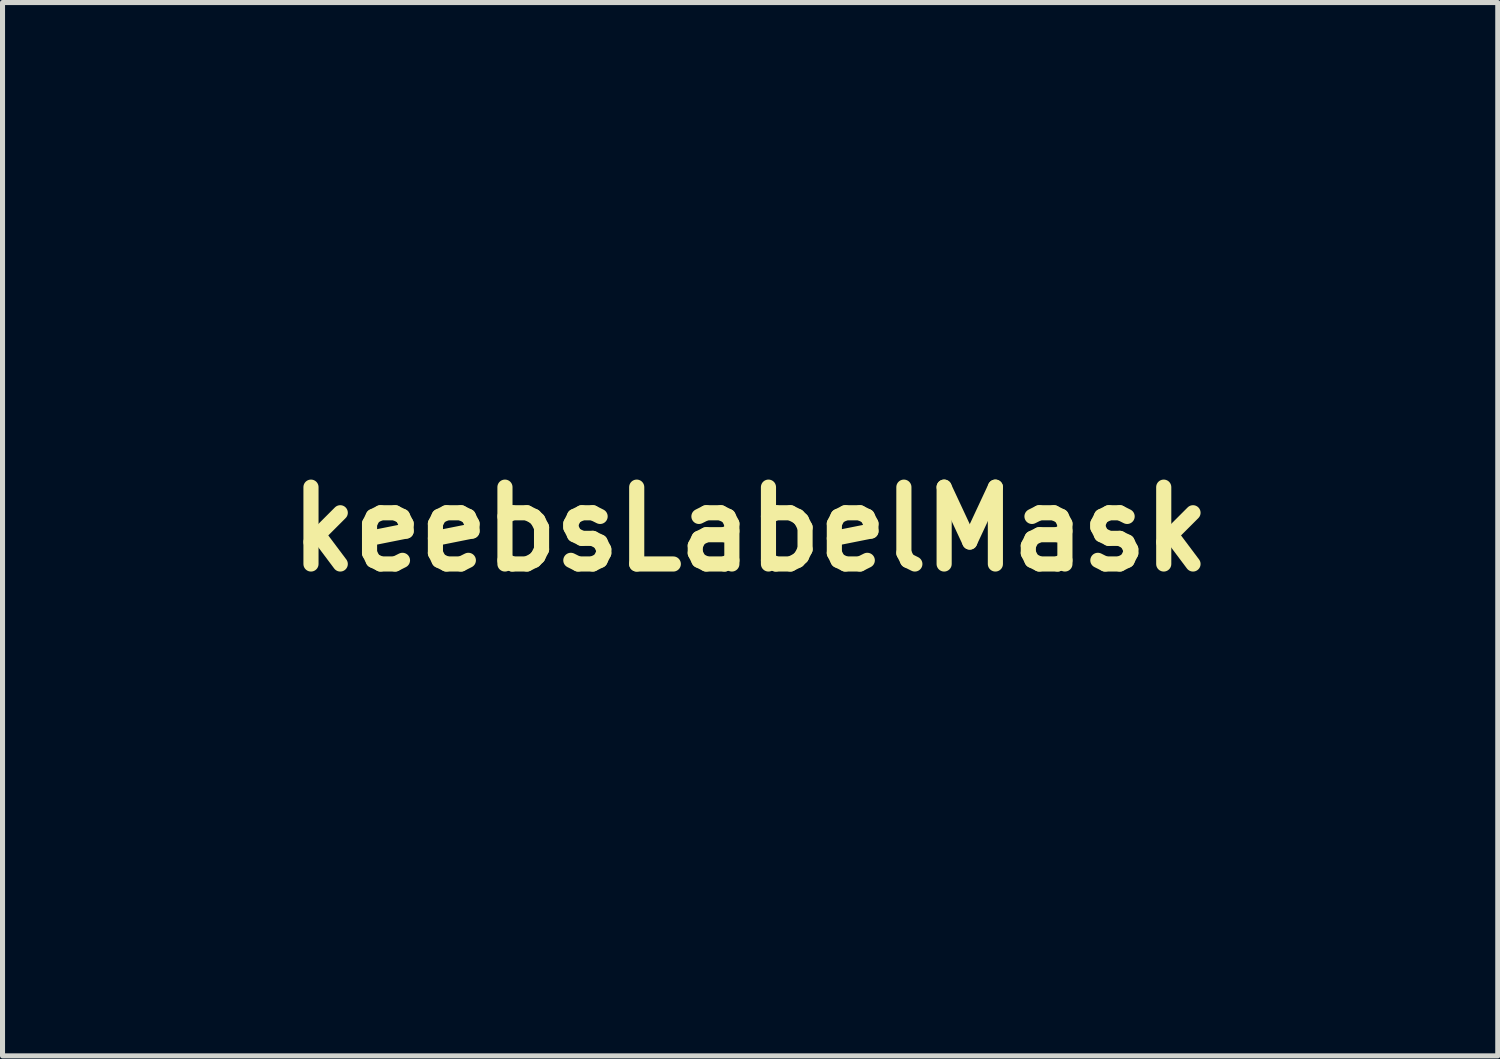
<source format=kicad_pcb>
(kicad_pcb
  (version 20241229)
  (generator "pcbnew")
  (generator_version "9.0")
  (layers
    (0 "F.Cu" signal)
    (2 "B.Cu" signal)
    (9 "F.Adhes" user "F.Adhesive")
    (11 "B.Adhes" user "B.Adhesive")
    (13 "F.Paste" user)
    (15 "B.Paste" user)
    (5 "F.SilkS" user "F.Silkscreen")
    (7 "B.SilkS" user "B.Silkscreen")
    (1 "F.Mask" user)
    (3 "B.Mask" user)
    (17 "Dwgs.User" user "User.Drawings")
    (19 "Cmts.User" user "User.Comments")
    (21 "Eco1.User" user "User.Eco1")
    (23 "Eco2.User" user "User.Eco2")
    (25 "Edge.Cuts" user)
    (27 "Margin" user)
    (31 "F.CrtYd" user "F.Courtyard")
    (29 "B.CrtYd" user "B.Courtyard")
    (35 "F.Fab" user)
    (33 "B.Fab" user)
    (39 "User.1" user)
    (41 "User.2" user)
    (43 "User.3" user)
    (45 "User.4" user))
  (footprint "keebsLabelMask"
    (layer "F.Cu")
    (at 11.825 7.444)
    (property "Reference" "keebsLabelMask" (at 0 0 0) (layer "F.SilkS") (effects (font (size 1.524 1.524) (thickness 0.3))))
    (attr through_hole)
    (fp_poly (pts (xy 0.275 -7.439) (xy 0.461 -7.439) (xy 0.647 -7.439) (xy 0.832 -7.439) (xy 1.017 -7.439) (xy 1.202 -7.439) (xy 1.386 -7.439) (xy 1.57 -7.439) (xy 1.753 -7.439) (xy 1.935 -7.439) (xy 2.117 -7.439) (xy 2.298 -7.439) (xy 2.478 -7.439) (xy 2.657 -7.439) (xy 2.835 -7.439) (xy 3.012 -7.439) (xy 3.187 -7.439) (xy 3.362 -7.439) (xy 3.535 -7.439) (xy 3.707 -7.439) (xy 3.878 -7.439) (xy 4.047 -7.439) (xy 4.214 -7.439) (xy 4.38 -7.439) (xy 4.544 -7.439) (xy 4.706 -7.439) (xy 4.866 -7.439) (xy 5.025 -7.439) (xy 5.181 -7.439) (xy 5.336 -7.439) (xy 5.488 -7.439) (xy 5.638 -7.438) (xy 5.786 -7.438) (xy 5.931 -7.438) (xy 6.074 -7.438) (xy 6.215 -7.438) (xy 6.353 -7.438) (xy 6.488 -7.438) (xy 6.621 -7.438) (xy 6.751 -7.438) (xy 6.878 -7.438) (xy 7.002 -7.438) (xy 7.123 -7.438) (xy 7.241 -7.438) (xy 7.357 -7.438) (xy 7.468 -7.438) (xy 7.577 -7.438) (xy 7.682 -7.438) (xy 7.784 -7.438) (xy 7.882 -7.438) (xy 7.977 -7.438) (xy 8.069 -7.438) (xy 8.156 -7.438) (xy 8.24 -7.438) (xy 8.32 -7.437) (xy 8.396 -7.437) (xy 8.468 -7.437) (xy 8.537 -7.437) (xy 8.601 -7.437) (xy 8.66 -7.437) (xy 8.716 -7.437) (xy 8.767 -7.437) (xy 8.814 -7.437) (xy 8.857 -7.437) (xy 8.895 -7.437) (xy 8.928 -7.437) (xy 8.957 -7.437) (xy 8.981 -7.437) (xy 9 -7.437) (xy 9.015 -7.436) (xy 9.024 -7.436) (xy 9.029 -7.436) (xy 9.029 -7.436) (xy 9.152 -7.429) (xy 9.273 -7.416) (xy 9.392 -7.399) (xy 9.51 -7.377) (xy 9.627 -7.35) (xy 9.742 -7.318) (xy 9.857 -7.282) (xy 9.923 -7.258) (xy 10.035 -7.214) (xy 10.144 -7.166) (xy 10.251 -7.113) (xy 10.356 -7.056) (xy 10.458 -6.995) (xy 10.557 -6.93) (xy 10.653 -6.861) (xy 10.746 -6.788) (xy 10.836 -6.712) (xy 10.923 -6.632) (xy 11.006 -6.549) (xy 11.086 -6.462) (xy 11.163 -6.373) (xy 11.236 -6.28) (xy 11.305 -6.184) (xy 11.37 -6.086) (xy 11.431 -5.985) (xy 11.488 -5.881) (xy 11.541 -5.774) (xy 11.59 -5.666) (xy 11.634 -5.555) (xy 11.674 -5.441) (xy 11.705 -5.342) (xy 11.731 -5.245) (xy 11.754 -5.148) (xy 11.773 -5.05) (xy 11.789 -4.95) (xy 11.802 -4.847) (xy 11.812 -4.742) (xy 11.814 -4.715) (xy 11.814 -4.712) (xy 11.815 -4.709) (xy 11.815 -4.706) (xy 11.815 -4.702) (xy 11.815 -4.698) (xy 11.815 -4.693) (xy 11.815 -4.688) (xy 11.816 -4.682) (xy 11.816 -4.675) (xy 11.816 -4.668) (xy 11.816 -4.659) (xy 11.816 -4.65) (xy 11.816 -4.639) (xy 11.816 -4.628) (xy 11.816 -4.615) (xy 11.817 -4.601) (xy 11.817 -4.586) (xy 11.817 -4.569) (xy 11.817 -4.551) (xy 11.817 -4.532) (xy 11.817 -4.511) (xy 11.817 -4.488) (xy 11.817 -4.463) (xy 11.817 -4.437) (xy 11.817 -4.409) (xy 11.817 -4.379) (xy 11.818 -4.347) (xy 11.818 -4.312) (xy 11.818 -4.276) (xy 11.818 -4.238) (xy 11.818 -4.197) (xy 11.818 -4.154) (xy 11.818 -4.108) (xy 11.818 -4.06) (xy 11.818 -4.01) (xy 11.818 -3.956) (xy 11.818 -3.901) (xy 11.818 -3.842) (xy 11.818 -3.78) (xy 11.818 -3.716) (xy 11.818 -3.649) (xy 11.818 -3.578) (xy 11.818 -3.505) (xy 11.818 -3.428) (xy 11.818 -3.348) (xy 11.818 -3.265) (xy 11.818 -3.179) (xy 11.819 -3.089) (xy 11.819 -2.995) (xy 11.819 -2.898) (xy 11.819 -2.797) (xy 11.819 -2.693) (xy 11.819 -2.584) (xy 11.819 -2.472) (xy 11.819 -2.356) (xy 11.819 -2.236) (xy 11.819 -2.112) (xy 11.819 -1.983) (xy 11.819 -1.851) (xy 11.819 -1.714) (xy 11.819 -1.573) (xy 11.819 -1.427) (xy 11.819 -1.277) (xy 11.819 -1.122) (xy 11.819 -0.963) (xy 11.819 -0.799) (xy 11.819 -0.63) (xy 11.819 -0.456) (xy 11.819 -0.278) (xy 11.819 -0.094) (xy 11.819 0) (xy 11.819 0.186) (xy 11.819 0.367) (xy 11.819 0.543) (xy 11.819 0.714) (xy 11.819 0.881) (xy 11.819 1.042) (xy 11.819 1.199) (xy 11.819 1.352) (xy 11.819 1.5) (xy 11.819 1.643) (xy 11.819 1.782) (xy 11.819 1.917) (xy 11.819 2.047) (xy 11.819 2.174) (xy 11.819 2.296) (xy 11.819 2.414) (xy 11.819 2.528) (xy 11.819 2.638) (xy 11.819 2.745) (xy 11.819 2.848) (xy 11.819 2.947) (xy 11.819 3.042) (xy 11.819 3.134) (xy 11.818 3.222) (xy 11.818 3.307) (xy 11.818 3.389) (xy 11.818 3.467) (xy 11.818 3.542) (xy 11.818 3.614) (xy 11.818 3.683) (xy 11.818 3.748) (xy 11.818 3.811) (xy 11.818 3.871) (xy 11.818 3.929) (xy 11.818 3.983) (xy 11.818 4.035) (xy 11.818 4.084) (xy 11.818 4.131) (xy 11.818 4.175) (xy 11.818 4.217) (xy 11.818 4.257) (xy 11.818 4.294) (xy 11.818 4.33) (xy 11.818 4.363) (xy 11.817 4.394) (xy 11.817 4.423) (xy 11.817 4.45) (xy 11.817 4.476) (xy 11.817 4.499) (xy 11.817 4.521) (xy 11.817 4.542) (xy 11.817 4.56) (xy 11.817 4.578) (xy 11.817 4.594) (xy 11.816 4.608) (xy 11.816 4.622) (xy 11.816 4.634) (xy 11.816 4.645) (xy 11.816 4.655) (xy 11.816 4.663) (xy 11.816 4.671) (xy 11.816 4.679) (xy 11.815 4.685) (xy 11.815 4.691) (xy 11.815 4.696) (xy 11.815 4.7) (xy 11.815 4.704) (xy 11.815 4.707) (xy 11.814 4.71) (xy 11.814 4.713) (xy 11.814 4.715) (xy 11.807 4.804) (xy 11.797 4.89) (xy 11.786 4.972) (xy 11.773 5.054) (xy 11.757 5.134) (xy 11.738 5.215) (xy 11.734 5.234) (xy 11.704 5.343) (xy 11.672 5.45) (xy 11.635 5.554) (xy 11.594 5.656) (xy 11.549 5.758) (xy 11.506 5.845) (xy 11.484 5.888) (xy 11.464 5.927) (xy 11.443 5.964) (xy 11.423 5.999) (xy 11.402 6.035) (xy 11.379 6.071) (xy 11.355 6.109) (xy 11.334 6.141) (xy 11.265 6.24) (xy 11.192 6.336) (xy 11.116 6.429) (xy 11.036 6.518) (xy 10.952 6.604) (xy 10.866 6.685) (xy 10.776 6.764) (xy 10.683 6.838) (xy 10.588 6.908) (xy 10.49 6.974) (xy 10.389 7.037) (xy 10.285 7.095) (xy 10.18 7.149) (xy 10.072 7.198) (xy 9.961 7.244) (xy 9.849 7.284) (xy 9.735 7.32) (xy 9.62 7.352) (xy 9.502 7.378) (xy 9.384 7.4) (xy 9.381 7.401) (xy 9.336 7.408) (xy 9.291 7.414) (xy 9.244 7.42) (xy 9.195 7.425) (xy 9.143 7.43) (xy 9.101 7.433) (xy 9.099 7.433) (xy 9.097 7.433) (xy 9.095 7.433) (xy 9.092 7.434) (xy 9.088 7.434) (xy 9.084 7.434) (xy 9.08 7.434) (xy 9.075 7.434) (xy 9.069 7.434) (xy 9.062 7.434) (xy 9.055 7.434) (xy 9.047 7.434) (xy 9.038 7.435) (xy 9.028 7.435) (xy 9.017 7.435) (xy 9.004 7.435) (xy 8.991 7.435) (xy 8.977 7.435) (xy 8.962 7.435) (xy 8.945 7.435) (xy 8.927 7.435) (xy 8.908 7.435) (xy 8.887 7.435) (xy 8.865 7.435) (xy 8.842 7.436) (xy 8.817 7.436) (xy 8.79 7.436) (xy 8.762 7.436) (xy 8.732 7.436) (xy 8.701 7.436) (xy 8.667 7.436) (xy 8.632 7.436) (xy 8.595 7.436) (xy 8.556 7.436) (xy 8.515 7.436) (xy 8.472 7.436) (xy 8.427 7.436) (xy 8.38 7.436) (xy 8.331 7.436) (xy 8.279 7.436) (xy 8.225 7.437) (xy 8.169 7.437) (xy 8.111 7.437) (xy 8.05 7.437) (xy 7.987 7.437) (xy 7.921 7.437) (xy 7.853 7.437) (xy 7.782 7.437) (xy 7.708 7.437) (xy 7.632 7.437) (xy 7.553 7.437) (xy 7.471 7.437) (xy 7.386 7.437) (xy 7.299 7.437) (xy 7.208 7.437) (xy 7.115 7.437) (xy 7.018 7.437) (xy 6.918 7.437) (xy 6.815 7.437) (xy 6.709 7.437) (xy 6.6 7.437) (xy 6.488 7.437) (xy 6.372 7.437) (xy 6.252 7.437) (xy 6.13 7.437) (xy 6.003 7.437) (xy 5.874 7.437) (xy 5.74 7.437) (xy 5.603 7.437) (xy 5.462 7.437) (xy 5.318 7.437) (xy 5.17 7.437) (xy 5.018 7.437) (xy 4.862 7.437) (xy 4.702 7.437) (xy 4.538 7.437) (xy 4.37 7.438) (xy 4.198 7.438) (xy 4.022 7.438) (xy 3.842 7.438) (xy 3.657 7.438) (xy 3.468 7.438) (xy 3.275 7.438) (xy 3.078 7.438) (xy 2.876 7.438) (xy 2.669 7.438) (xy 2.458 7.438) (xy 2.243 7.438) (xy 2.023 7.438) (xy 1.798 7.438) (xy 1.568 7.438) (xy 1.334 7.438) (xy 1.095 7.438) (xy 0.851 7.438) (xy 0.602 7.438) (xy 0.348 7.438) (xy 0.089 7.438) (xy 0.027 7.438) (xy -0.188 7.438) (xy -0.401 7.438) (xy -0.613 7.438) (xy -0.824 7.438) (xy -1.033 7.438) (xy -1.241 7.438) (xy -1.448 7.438) (xy -1.653 7.438) (xy -1.856 7.438) (xy -2.058 7.438) (xy -2.258 7.438) (xy -2.653 7.438) (xy -2.847 7.438) (xy -3.04 7.438) (xy -3.231 7.438) (xy -3.42 7.438) (xy -3.606 7.438) (xy -3.791 7.438) (xy -3.973 7.438) (xy -4.153 7.438) (xy -4.331 7.438) (xy -4.506 7.438) (xy -4.679 7.438) (xy -4.85 7.438) (xy -5.018 7.438) (xy -5.183 7.438) (xy -5.345 7.438) (xy -5.505 7.438) (xy -5.662 7.438) (xy -5.817 7.438) (xy -5.968 7.438) (xy -6.117 7.438) (xy -6.262 7.438) (xy -6.404 7.438) (xy -6.544 7.438) (xy -6.68 7.438) (xy -6.812 7.438) (xy -6.942 7.438) (xy -7.068 7.438) (xy -7.191 7.438) (xy -7.31 7.438) (xy -7.426 7.438) (xy -7.538 7.438) (xy -7.647 7.438) (xy -7.752 7.437) (xy -7.853 7.437) (xy -7.95 7.437) (xy -8.044 7.437) (xy -8.133 7.437) (xy -8.219 7.437) (xy -8.3 7.437) (xy -8.378 7.437) (xy -8.451 7.437) (xy -8.52 7.437) (xy -8.585 7.437) (xy -8.645 7.437) (xy -8.702 7.437) (xy -8.753 7.437) (xy -8.8 7.437) (xy -8.843 7.437) (xy -8.881 7.437) (xy -8.914 7.437) (xy -8.943 7.437) (xy -8.967 7.437) (xy -8.986 7.437) (xy -9 7.437) (xy -9.009 7.437) (xy -9.013 7.437) (xy -9.014 7.437) (xy -9.128 7.431) (xy -9.244 7.42) (xy -9.359 7.404) (xy -9.475 7.384) (xy -9.589 7.359) (xy -9.702 7.329) (xy -9.8 7.3) (xy -9.912 7.262) (xy -10.023 7.219) (xy -10.132 7.171) (xy -10.24 7.119) (xy -10.345 7.062) (xy -10.448 7.001) (xy -10.548 6.935) (xy -10.646 6.866) (xy -10.697 6.827) (xy -10.775 6.764) (xy -10.853 6.697) (xy -10.928 6.626) (xy -11.002 6.554) (xy -11.071 6.479) (xy -11.132 6.41) (xy -11.209 6.316) (xy -11.281 6.218) (xy -11.349 6.118) (xy -11.413 6.016) (xy -11.472 5.912) (xy -11.527 5.805) (xy -11.577 5.696) (xy -11.623 5.585) (xy -11.664 5.473) (xy -11.7 5.358) (xy -11.732 5.242) (xy -11.758 5.124) (xy -11.781 5.005) (xy -11.798 4.885) (xy -11.81 4.763) (xy -11.817 4.648) (xy -11.817 4.643) (xy -11.818 4.633) (xy -11.818 4.618) (xy -11.818 4.599) (xy -11.818 4.574) (xy -11.818 4.545) (xy -11.818 4.512) (xy -11.818 4.474) (xy -11.818 4.432) (xy -11.818 4.386) (xy -11.818 4.336) (xy -11.818 4.281) (xy -11.819 4.223) (xy -11.819 4.161) (xy -11.819 4.096) (xy -11.819 4.026) (xy -11.819 3.953) (xy -11.819 3.877) (xy -11.819 3.798) (xy -11.819 3.715) (xy -11.819 3.629) (xy -11.819 3.54) (xy -11.819 3.448) (xy -11.819 3.354) (xy -11.819 3.256) (xy -11.819 3.156) (xy -11.819 3.054) (xy -11.82 2.949) (xy -11.82 2.842) (xy -11.82 2.732) (xy -11.82 2.62) (xy -11.82 2.507) (xy -11.82 2.391) (xy -11.82 2.274) (xy -11.82 2.155) (xy -11.82 2.034) (xy -11.82 1.912) (xy -11.82 1.788) (xy -11.82 1.663) (xy -11.82 1.536) (xy -11.82 1.409) (xy -11.82 1.28) (xy -11.82 1.151) (xy -11.82 1.02) (xy -11.82 0.889) (xy -11.82 0.757) (xy -11.82 0.625) (xy -11.82 0.492) (xy -11.82 0.359) (xy -11.82 0.226) (xy -11.82 0.092) (xy -11.82 -0.042) (xy -11.82 -0.175) (xy -11.82 -0.309) (xy -11.82 -0.442) (xy -11.82 -0.575) (xy -11.82 -0.708) (xy -11.82 -0.84) (xy -11.82 -0.971) (xy -11.82 -1.102) (xy -11.82 -1.232) (xy -11.82 -1.361) (xy -11.82 -1.488) (xy -11.82 -1.615) (xy -11.82 -1.741) (xy -11.82 -1.865) (xy -11.82 -1.988) (xy -11.82 -2.109) (xy -11.82 -2.229) (xy -11.82 -2.347) (xy -11.82 -2.464) (xy -11.82 -2.578) (xy -11.82 -2.69) (xy -11.82 -2.801) (xy -11.82 -2.909) (xy -11.819 -3.015) (xy -11.819 -3.118) (xy -11.819 -3.219) (xy -11.819 -3.317) (xy -11.819 -3.413) (xy -11.819 -3.506) (xy -11.819 -3.596) (xy -11.819 -3.683) (xy -11.819 -3.767) (xy -11.819 -3.848) (xy -11.819 -3.925) (xy -11.819 -3.999) (xy -11.819 -4.07) (xy -11.819 -4.137) (xy -11.819 -4.2) (xy -11.819 -4.26) (xy -11.818 -4.316) (xy -11.818 -4.368) (xy -11.818 -4.415) (xy -11.818 -4.459) (xy -11.818 -4.498) (xy -11.818 -4.533) (xy -11.818 -4.564) (xy -11.818 -4.59) (xy -11.818 -4.611) (xy -11.818 -4.628) (xy -11.818 -4.64) (xy -11.817 -4.646) (xy -11.817 -4.648) (xy -11.81 -4.771) (xy -11.797 -4.893) (xy -11.779 -5.014) (xy -11.757 -5.133) (xy -11.73 -5.251) (xy -11.698 -5.367) (xy -11.661 -5.481) (xy -11.62 -5.593) (xy -11.574 -5.704) (xy -11.523 -5.813) (xy -11.468 -5.92) (xy -11.408 -6.024) (xy -11.344 -6.126) (xy -11.275 -6.226) (xy -11.202 -6.324) (xy -11.124 -6.419) (xy -11.073 -6.478) (xy -11.045 -6.508) (xy -11.014 -6.541) (xy -10.98 -6.576) (xy -10.944 -6.611) (xy -10.908 -6.646) (xy -10.871 -6.68) (xy -10.836 -6.712) (xy -10.801 -6.742) (xy -10.79 -6.752) (xy -10.705 -6.821) (xy -10.616 -6.888) (xy -10.523 -6.952) (xy -10.428 -7.013) (xy -10.33 -7.071) (xy -10.322 -7.076) (xy -10.303 -7.086) (xy -10.281 -7.097) (xy -10.256 -7.11) (xy -10.229 -7.124) (xy -10.201 -7.138) (xy -10.173 -7.151) (xy -10.146 -7.164) (xy -10.121 -7.176) (xy -10.099 -7.186) (xy -10.088 -7.191) (xy -9.976 -7.238) (xy -9.862 -7.28) (xy -9.747 -7.317) (xy -9.631 -7.349) (xy -9.513 -7.376) (xy -9.393 -7.399) (xy -9.272 -7.416) (xy -9.15 -7.429) (xy -9.029 -7.436) (xy -9.025 -7.436) (xy -9.015 -7.436) (xy -9.001 -7.437) (xy -8.982 -7.437) (xy -8.958 -7.437) (xy -8.93 -7.437) (xy -8.896 -7.437) (xy -8.858 -7.437) (xy -8.816 -7.437) (xy -8.769 -7.437) (xy -8.718 -7.437) (xy -8.663 -7.437) (xy -8.603 -7.437) (xy -8.539 -7.437) (xy -8.471 -7.437) (xy -8.399 -7.437) (xy -8.323 -7.437) (xy -8.243 -7.438) (xy -8.159 -7.438) (xy -8.072 -7.438) (xy -7.981 -7.438) (xy -7.886 -7.438) (xy -7.788 -7.438) (xy -7.686 -7.438) (xy -7.581 -7.438) (xy -7.472 -7.438) (xy -7.361 -7.438) (xy -7.246 -7.438) (xy -7.128 -7.438) (xy -7.007 -7.438) (xy -6.883 -7.438) (xy -6.756 -7.438) (xy -6.626 -7.438) (xy -6.493 -7.438) (xy -6.358 -7.438) (xy -6.22 -7.438) (xy -6.08 -7.438) (xy -5.937 -7.438) (xy -5.791 -7.438) (xy -5.644 -7.438) (xy -5.494 -7.439) (xy -5.341 -7.439) (xy -5.187 -7.439) (xy -5.031 -7.439) (xy -4.872 -7.439) (xy -4.712 -7.439) (xy -4.55 -7.439) (xy -4.386 -7.439) (xy -4.22 -7.439) (xy -4.053 -7.439) (xy -3.884 -7.439) (xy -3.713 -7.439) (xy -3.542 -7.439) (xy -3.368 -7.439) (xy -3.194 -7.439) (xy -3.018 -7.439) (xy -2.841 -7.439) (xy -2.663 -7.439) (xy -2.484 -7.439) (xy -2.304 -7.439) (xy -2.123 -7.439) (xy -1.942 -7.439) (xy -1.759 -7.439) (xy -1.576 -7.439) (xy -1.393 -7.439) (xy -1.209 -7.439) (xy -1.024 -7.439) (xy -0.839 -7.439) (xy -0.654 -7.439) (xy -0.468 -7.439) (xy -0.282 -7.439) (xy -0.096 -7.439) (xy 0.089 -7.439) (xy 0.275 -7.439)) (stroke (width 0.01) (type solid)) (fill yes) (layer "F.Mask")))
  (gr_rect
    (start -3 -3)
    (end 26.649 17.887)
    (stroke (width 0.1) (type default))
    (fill no)
    (layer "Edge.Cuts")))
</source>
